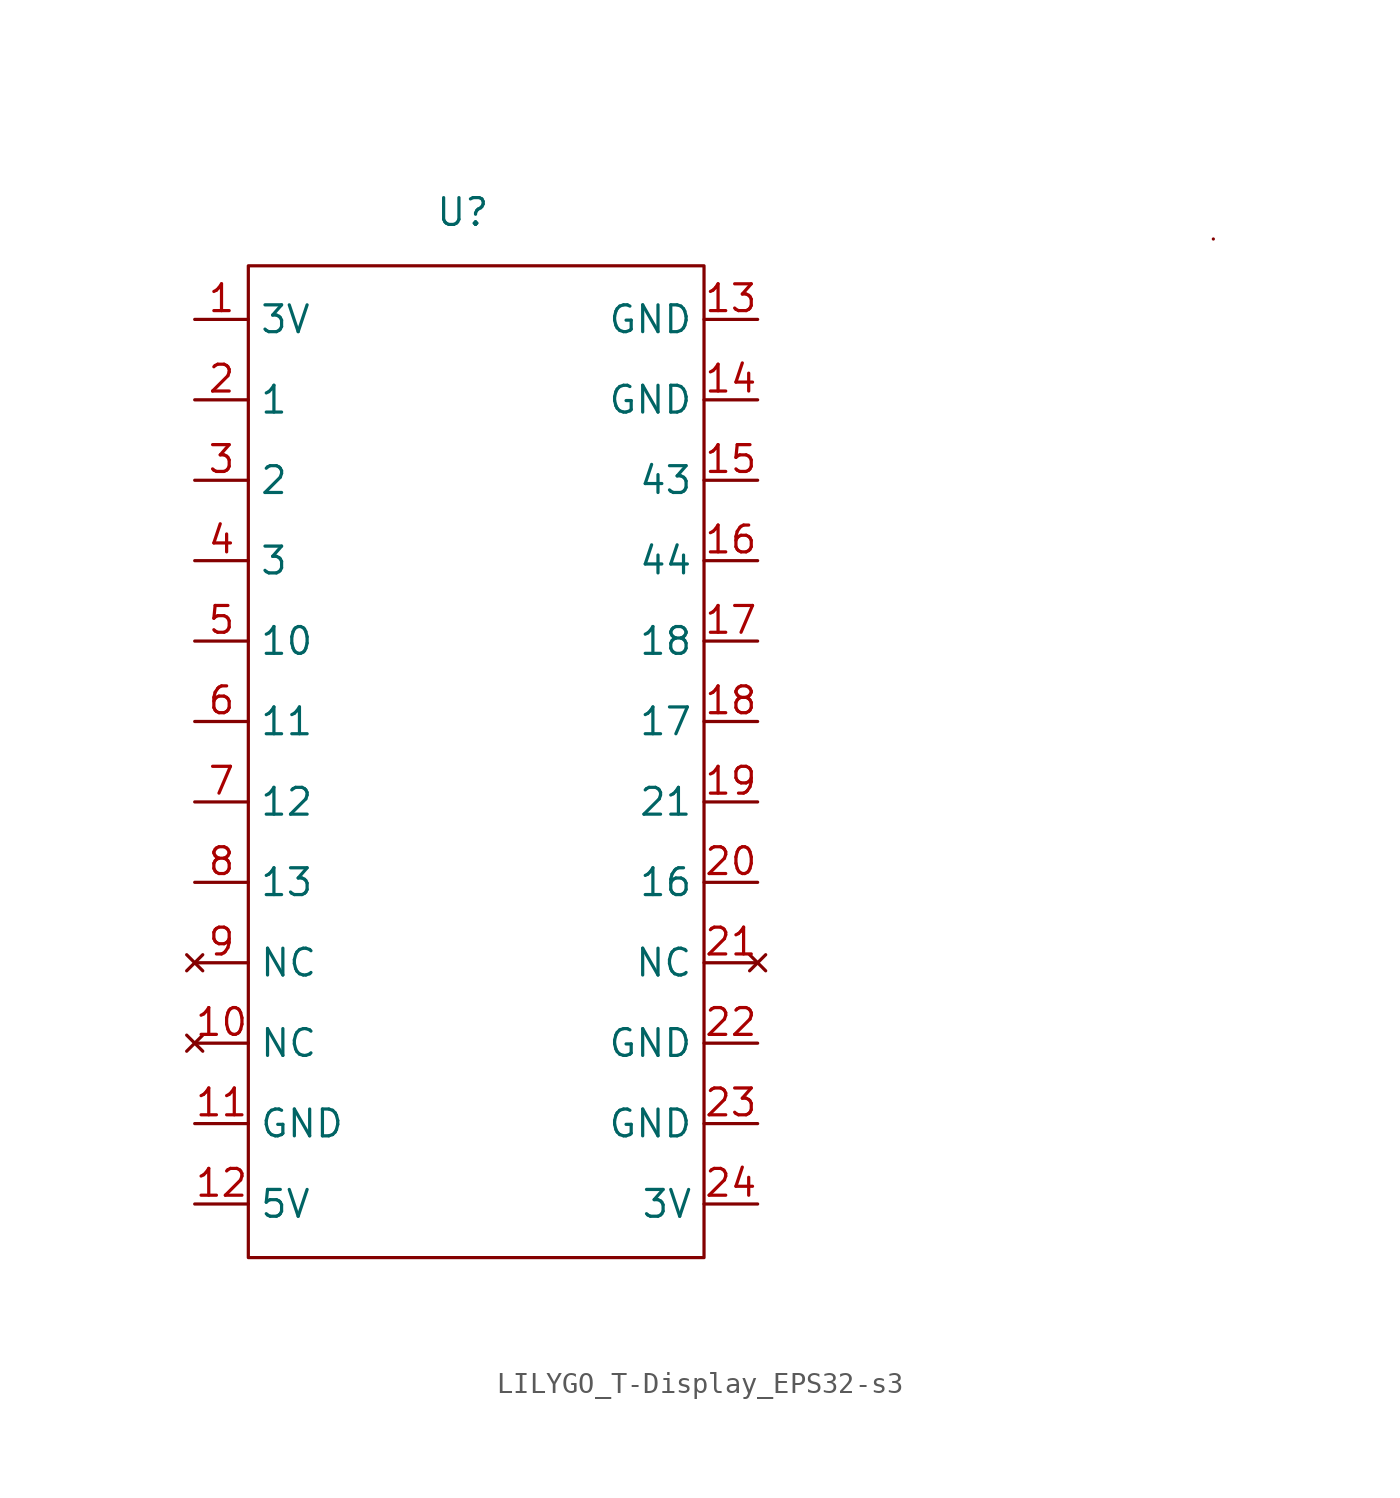
<source format=kicad_sym>
(kicad_symbol_lib
  (version 20241209)
  (generator "kicad_symbol_editor")
  (generator_version "9.0")
  (symbol "LILYGO_T-Display_EPS32-s3"
    (property "Reference" "U"
      (at 0 0 0)
      (effects (font (size 1.27 1.27))))
    (property "Value" ""
      (at 0 0 0)
      (effects (font (size 1.27 1.27))))
    (symbol "LILYGO_T-Display_EPS32-s3_0_1"
      (rectangle (start -10.16 -2.54) (end 11.43 -49.53) (stroke (width 0) (type default)) (fill (type none)))
      (rectangle (start 35.56 -1.27) (end 35.56 -1.27) (stroke (width 0) (type default)) (fill (type none))))
    (symbol "LILYGO_T-Display_EPS32-s3_1_0"
      (pin input line (at 13.97 -20.32 180) (length 2.54) (name "18" (effects (font (size 1.27 1.27)))) (number "17" (effects (font (size 1.27 1.27)))) (alternate "ADC2_CH7" bidirectional line) (alternate "RXD" input line) (alternate "SDA" bidirectional line)))
    (symbol "LILYGO_T-Display_EPS32-s3_1_1"
      (pin output line (at -12.7 -5.08 0) (length 2.54) (name "3V" (effects (font (size 1.27 1.27)))) (number "1" (effects (font (size 1.27 1.27)))))
      (pin input line (at -12.7 -8.89 0) (length 2.54) (name "1" (effects (font (size 1.27 1.27)))) (number "2" (effects (font (size 1.27 1.27)))))
      (pin input line (at -12.7 -12.7 0) (length 2.54) (name "2" (effects (font (size 1.27 1.27)))) (number "3" (effects (font (size 1.27 1.27)))))
      (pin input line (at -12.7 -16.51 0) (length 2.54) (name "3" (effects (font (size 1.27 1.27)))) (number "4" (effects (font (size 1.27 1.27)))))
      (pin input line (at -12.7 -20.32 0) (length 2.54) (name "10" (effects (font (size 1.27 1.27)))) (number "5" (effects (font (size 1.27 1.27)))))
      (pin input line (at -12.7 -24.13 0) (length 2.54) (name "11" (effects (font (size 1.27 1.27)))) (number "6" (effects (font (size 1.27 1.27)))))
      (pin input line (at -12.7 -27.94 0) (length 2.54) (name "12" (effects (font (size 1.27 1.27)))) (number "7" (effects (font (size 1.27 1.27)))))
      (pin input line (at -12.7 -31.75 0) (length 2.54) (name "13" (effects (font (size 1.27 1.27)))) (number "8" (effects (font (size 1.27 1.27)))))
      (pin no_connect line (at -12.7 -35.56 0) (length 2.54) (name "NC" (effects (font (size 1.27 1.27)))) (number "9" (effects (font (size 1.27 1.27)))))
      (pin no_connect line (at -12.7 -39.37 0) (length 2.54) (name "NC" (effects (font (size 1.27 1.27)))) (number "10" (effects (font (size 1.27 1.27)))))
      (pin output line (at -12.7 -43.18 0) (length 2.54) (name "GND" (effects (font (size 1.27 1.27)))) (number "11" (effects (font (size 1.27 1.27)))))
      (pin output line (at -12.7 -46.99 0) (length 2.54) (name "5V" (effects (font (size 1.27 1.27)))) (number "12" (effects (font (size 1.27 1.27)))))
      (pin output line (at 13.97 -5.08 180) (length 2.54) (name "GND" (effects (font (size 1.27 1.27)))) (number "13" (effects (font (size 1.27 1.27)))))
      (pin output line (at 13.97 -8.89 180) (length 2.54) (name "GND" (effects (font (size 1.27 1.27)))) (number "14" (effects (font (size 1.27 1.27)))))
      (pin input line (at 13.97 -12.7 180) (length 2.54) (name "43" (effects (font (size 1.27 1.27)))) (number "15" (effects (font (size 1.27 1.27)))) (alternate "CLK_OUT1" input line))
      (pin input line (at 13.97 -16.51 180) (length 2.54) (name "44" (effects (font (size 1.27 1.27)))) (number "16" (effects (font (size 1.27 1.27)))) (alternate "CLK_OUT2" input line))
      (pin input line (at 13.97 -24.13 180) (length 2.54) (name "17" (effects (font (size 1.27 1.27)))) (number "18" (effects (font (size 1.27 1.27)))) (alternate "ADC2_CH6" bidirectional line) (alternate "SCL" bidirectional line) (alternate "TXD" input line))
      (pin input line (at 13.97 -27.94 180) (length 2.54) (name "21" (effects (font (size 1.27 1.27)))) (number "19" (effects (font (size 1.27 1.27)))))
      (pin input line (at 13.97 -31.75 180) (length 2.54) (name "16" (effects (font (size 1.27 1.27)))) (number "20" (effects (font (size 1.27 1.27)))))
      (pin no_connect line (at 13.97 -35.56 180) (length 2.54) (name "NC" (effects (font (size 1.27 1.27)))) (number "21" (effects (font (size 1.27 1.27)))))
      (pin output line (at 13.97 -39.37 180) (length 2.54) (name "GND" (effects (font (size 1.27 1.27)))) (number "22" (effects (font (size 1.27 1.27)))))
      (pin output line (at 13.97 -43.18 180) (length 2.54) (name "GND" (effects (font (size 1.27 1.27)))) (number "23" (effects (font (size 1.27 1.27)))))
      (pin output line (at 13.97 -46.99 180) (length 2.54) (name "3V" (effects (font (size 1.27 1.27)))) (number "24" (effects (font (size 1.27 1.27))))))))
</source>
